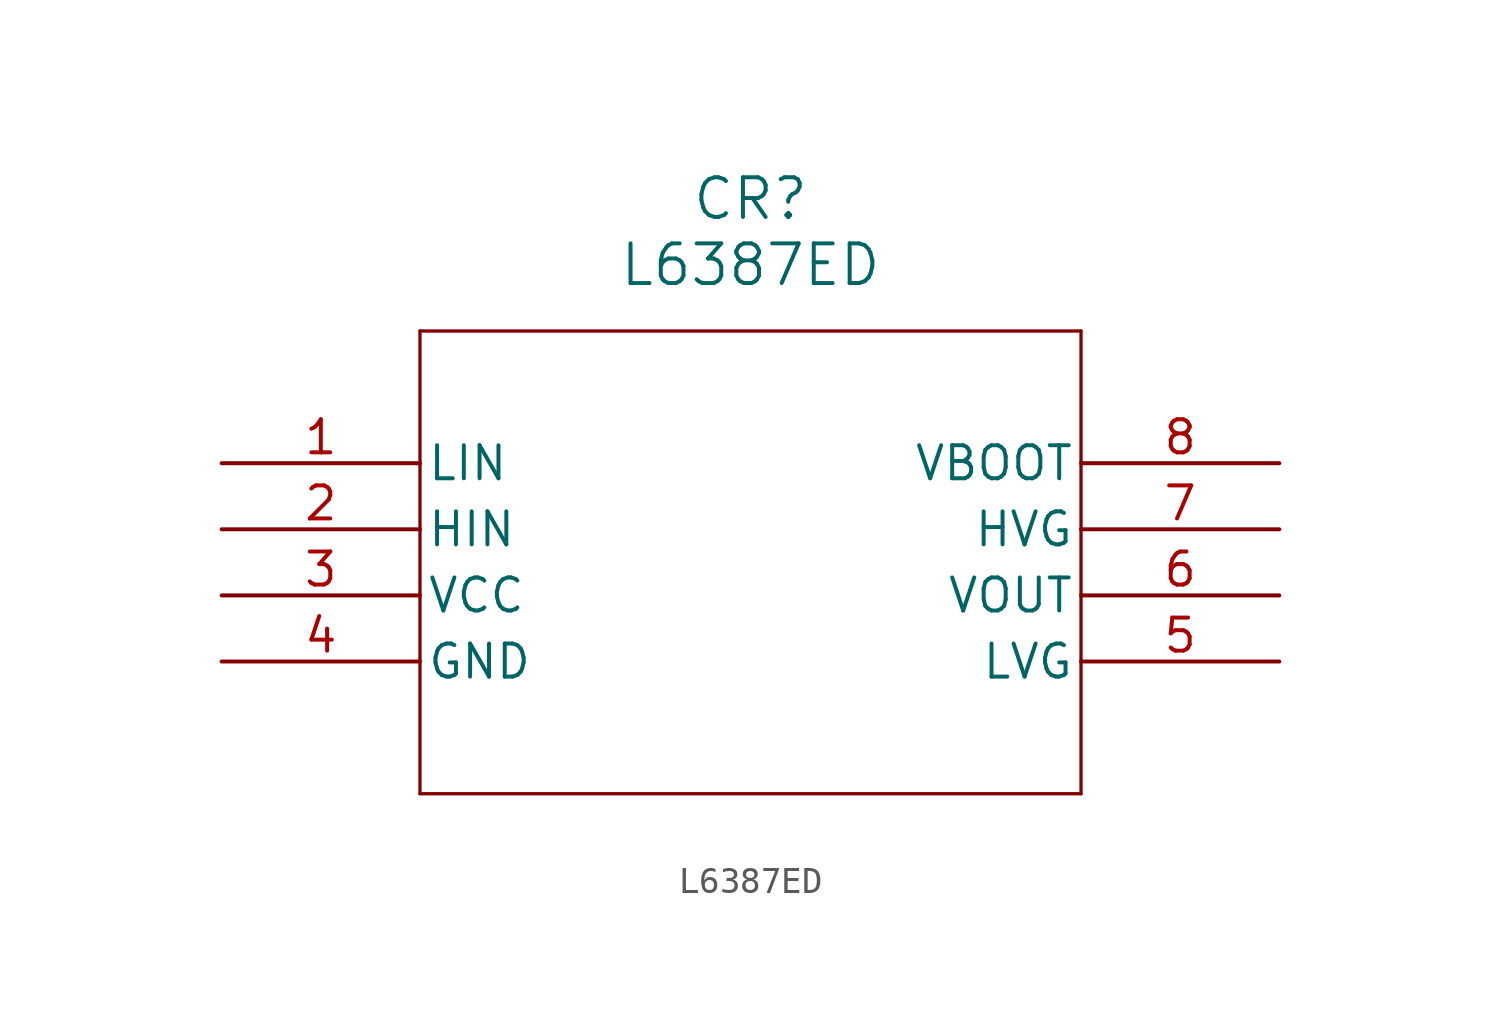
<source format=kicad_sym>
(kicad_symbol_lib
  (version 20211014)
  (generator kicad_symbol_editor)
  (symbol "L6387ED"
    (pin_names
      (offset 0.254))
    (property "Reference" "CR"
      (at 20.32 10.16 0)
      (effects (font (size 1.524 1.524))))
    (property "Value" "L6387ED"
      (at 20.32 7.62 0)
      (effects (font (size 1.524 1.524))))
    (symbol "L6387ED_0_1"
      (polyline (pts (xy 7.62 5.08) (xy 7.62 -12.7)) (stroke (width 0.127) (type default) (color 0 0 0 0)) (fill (type none)))
      (polyline (pts (xy 7.62 -12.7) (xy 33.02 -12.7)) (stroke (width 0.127) (type default) (color 0 0 0 0)) (fill (type none)))
      (polyline (pts (xy 33.02 -12.7) (xy 33.02 5.08)) (stroke (width 0.127) (type default) (color 0 0 0 0)) (fill (type none)))
      (polyline (pts (xy 33.02 5.08) (xy 7.62 5.08)) (stroke (width 0.127) (type default) (color 0 0 0 0)) (fill (type none)))
      (pin input line (at 0 0 0) (length 7.62) (name "LIN" (effects (font (size 1.27 1.27)))) (number "1" (effects (font (size 1.27 1.27)))))
      (pin input line (at 0 -2.54 0) (length 7.62) (name "HIN" (effects (font (size 1.27 1.27)))) (number "2" (effects (font (size 1.27 1.27)))))
      (pin power_in line (at 0 -5.08 0) (length 7.62) (name "VCC" (effects (font (size 1.27 1.27)))) (number "3" (effects (font (size 1.27 1.27)))))
      (pin power_in line (at 0 -7.62 0) (length 7.62) (name "GND" (effects (font (size 1.27 1.27)))) (number "4" (effects (font (size 1.27 1.27)))))
      (pin output line (at 40.64 -7.62 180) (length 7.62) (name "LVG" (effects (font (size 1.27 1.27)))) (number "5" (effects (font (size 1.27 1.27)))))
      (pin output line (at 40.64 -5.08 180) (length 7.62) (name "VOUT" (effects (font (size 1.27 1.27)))) (number "6" (effects (font (size 1.27 1.27)))))
      (pin output line (at 40.64 -2.54 180) (length 7.62) (name "HVG" (effects (font (size 1.27 1.27)))) (number "7" (effects (font (size 1.27 1.27)))))
      (pin power_in line (at 40.64 0 180) (length 7.62) (name "VBOOT" (effects (font (size 1.27 1.27)))) (number "8" (effects (font (size 1.27 1.27))))))))
</source>
